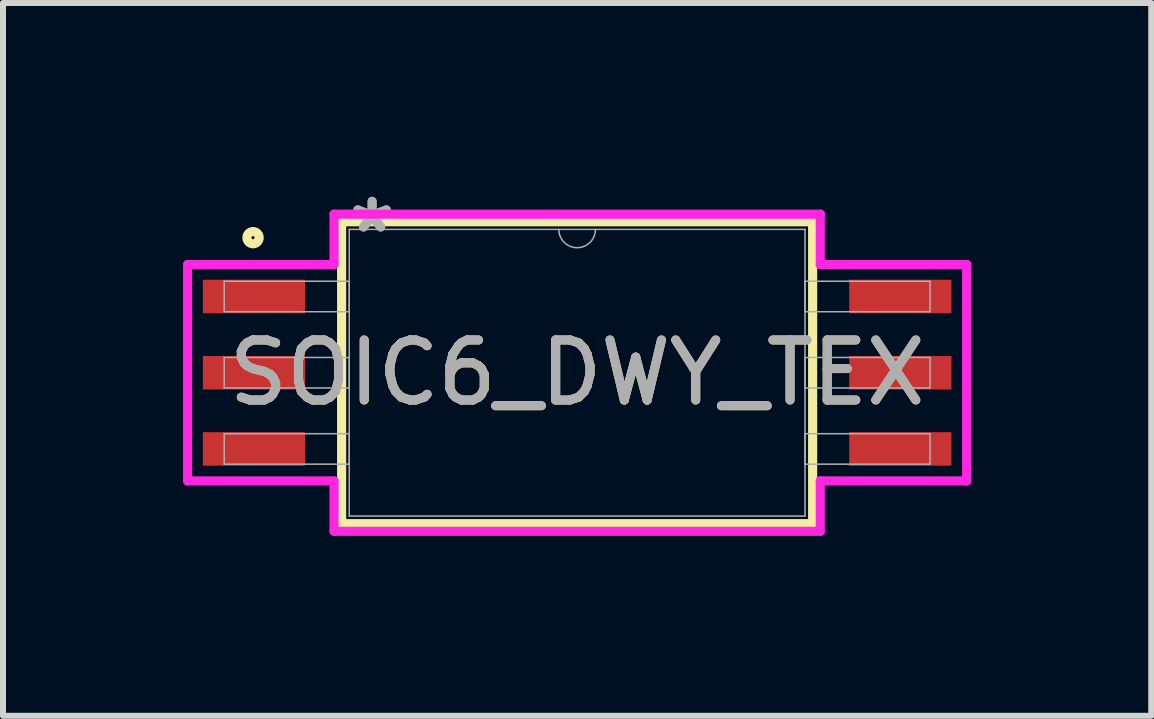
<source format=kicad_pcb>
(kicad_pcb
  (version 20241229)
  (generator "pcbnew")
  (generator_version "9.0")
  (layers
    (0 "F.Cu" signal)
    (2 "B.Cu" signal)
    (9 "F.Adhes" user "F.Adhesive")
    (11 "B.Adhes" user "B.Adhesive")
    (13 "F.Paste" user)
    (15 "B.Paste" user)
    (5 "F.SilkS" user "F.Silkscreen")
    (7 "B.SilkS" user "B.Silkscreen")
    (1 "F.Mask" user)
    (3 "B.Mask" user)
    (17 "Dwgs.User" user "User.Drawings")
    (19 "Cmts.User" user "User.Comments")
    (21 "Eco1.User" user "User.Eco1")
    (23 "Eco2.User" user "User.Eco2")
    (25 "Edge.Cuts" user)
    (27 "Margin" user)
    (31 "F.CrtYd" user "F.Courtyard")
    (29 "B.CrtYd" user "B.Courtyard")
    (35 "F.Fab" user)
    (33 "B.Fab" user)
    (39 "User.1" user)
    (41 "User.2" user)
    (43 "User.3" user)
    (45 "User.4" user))
  (footprint "SOIC6_DWY_TEX"
    (layer "F.Cu")
    (at 6.566 3.16)
    (property "Reference" "SOIC6_DWY_TEX" (at 0 0 0) (unlocked yes) (layer "F.SilkS") (effects (font (size 1 1) (thickness 0.15))))
    (attr smd)
    (fp_line (start -3.924 -2.515) (end -3.924 2.515) (stroke (width 0.152) (type solid)) (layer "F.SilkS"))
    (fp_line (start -3.924 2.515) (end 3.924 2.515) (stroke (width 0.152) (type solid)) (layer "F.SilkS"))
    (fp_line (start 3.924 -2.515) (end -3.924 -2.515) (stroke (width 0.152) (type solid)) (layer "F.SilkS"))
    (fp_line (start 3.924 2.515) (end 3.924 -2.515) (stroke (width 0.152) (type solid)) (layer "F.SilkS"))
    (fp_circle (center -5.4 -2.25) (end -5.298 -2.25) (stroke (width 0.152) (type solid)) (fill no) (layer "F.SilkS"))
    (fp_line (start -6.49 -1.803) (end -4.051 -1.803) (stroke (width 0.152) (type solid)) (layer "F.CrtYd"))
    (fp_line (start -6.49 1.803) (end -6.49 -1.803) (stroke (width 0.152) (type solid)) (layer "F.CrtYd"))
    (fp_line (start -6.49 1.803) (end -4.051 1.803) (stroke (width 0.152) (type solid)) (layer "F.CrtYd"))
    (fp_line (start -4.051 -2.642) (end 4.051 -2.642) (stroke (width 0.152) (type solid)) (layer "F.CrtYd"))
    (fp_line (start -4.051 -1.803) (end -4.051 -2.642) (stroke (width 0.152) (type solid)) (layer "F.CrtYd"))
    (fp_line (start -4.051 2.642) (end -4.051 1.803) (stroke (width 0.152) (type solid)) (layer "F.CrtYd"))
    (fp_line (start 4.051 -2.642) (end 4.051 -1.803) (stroke (width 0.152) (type solid)) (layer "F.CrtYd"))
    (fp_line (start 4.051 1.803) (end 4.051 2.642) (stroke (width 0.152) (type solid)) (layer "F.CrtYd"))
    (fp_line (start 4.051 2.642) (end -4.051 2.642) (stroke (width 0.152) (type solid)) (layer "F.CrtYd"))
    (fp_line (start 6.49 -1.803) (end 4.051 -1.803) (stroke (width 0.152) (type solid)) (layer "F.CrtYd"))
    (fp_line (start 6.49 -1.803) (end 6.49 1.803) (stroke (width 0.152) (type solid)) (layer "F.CrtYd"))
    (fp_line (start 6.49 1.803) (end 4.051 1.803) (stroke (width 0.152) (type solid)) (layer "F.CrtYd"))
    (fp_line (start -5.88 -1.524) (end -5.88 -1.016) (stroke (width 0.025) (type solid)) (layer "F.Fab"))
    (fp_line (start -5.88 -1.016) (end -3.797 -1.016) (stroke (width 0.025) (type solid)) (layer "F.Fab"))
    (fp_line (start -5.88 -0.254) (end -5.88 0.254) (stroke (width 0.025) (type solid)) (layer "F.Fab"))
    (fp_line (start -5.88 0.254) (end -3.797 0.254) (stroke (width 0.025) (type solid)) (layer "F.Fab"))
    (fp_line (start -5.88 1.016) (end -5.88 1.524) (stroke (width 0.025) (type solid)) (layer "F.Fab"))
    (fp_line (start -5.88 1.524) (end -3.797 1.524) (stroke (width 0.025) (type solid)) (layer "F.Fab"))
    (fp_line (start -3.797 -2.388) (end -3.797 2.388) (stroke (width 0.025) (type solid)) (layer "F.Fab"))
    (fp_line (start -3.797 -1.524) (end -5.88 -1.524) (stroke (width 0.025) (type solid)) (layer "F.Fab"))
    (fp_line (start -3.797 -1.016) (end -3.797 -1.524) (stroke (width 0.025) (type solid)) (layer "F.Fab"))
    (fp_line (start -3.797 -0.254) (end -5.88 -0.254) (stroke (width 0.025) (type solid)) (layer "F.Fab"))
    (fp_line (start -3.797 0.254) (end -3.797 -0.254) (stroke (width 0.025) (type solid)) (layer "F.Fab"))
    (fp_line (start -3.797 1.016) (end -5.88 1.016) (stroke (width 0.025) (type solid)) (layer "F.Fab"))
    (fp_line (start -3.797 1.524) (end -3.797 1.016) (stroke (width 0.025) (type solid)) (layer "F.Fab"))
    (fp_line (start -3.797 2.388) (end 3.797 2.388) (stroke (width 0.025) (type solid)) (layer "F.Fab"))
    (fp_line (start 3.797 -2.388) (end -3.797 -2.388) (stroke (width 0.025) (type solid)) (layer "F.Fab"))
    (fp_line (start 3.797 -1.524) (end 3.797 -1.016) (stroke (width 0.025) (type solid)) (layer "F.Fab"))
    (fp_line (start 3.797 -1.016) (end 5.88 -1.016) (stroke (width 0.025) (type solid)) (layer "F.Fab"))
    (fp_line (start 3.797 -0.254) (end 3.797 0.254) (stroke (width 0.025) (type solid)) (layer "F.Fab"))
    (fp_line (start 3.797 0.254) (end 5.88 0.254) (stroke (width 0.025) (type solid)) (layer "F.Fab"))
    (fp_line (start 3.797 1.016) (end 3.797 1.524) (stroke (width 0.025) (type solid)) (layer "F.Fab"))
    (fp_line (start 3.797 1.524) (end 5.88 1.524) (stroke (width 0.025) (type solid)) (layer "F.Fab"))
    (fp_line (start 3.797 2.388) (end 3.797 -2.388) (stroke (width 0.025) (type solid)) (layer "F.Fab"))
    (fp_line (start 5.88 -1.524) (end 3.797 -1.524) (stroke (width 0.025) (type solid)) (layer "F.Fab"))
    (fp_line (start 5.88 -1.016) (end 5.88 -1.524) (stroke (width 0.025) (type solid)) (layer "F.Fab"))
    (fp_line (start 5.88 -0.254) (end 3.797 -0.254) (stroke (width 0.025) (type solid)) (layer "F.Fab"))
    (fp_line (start 5.88 0.254) (end 5.88 -0.254) (stroke (width 0.025) (type solid)) (layer "F.Fab"))
    (fp_line (start 5.88 1.016) (end 3.797 1.016) (stroke (width 0.025) (type solid)) (layer "F.Fab"))
    (fp_line (start 5.88 1.524) (end 5.88 1.016) (stroke (width 0.025) (type solid)) (layer "F.Fab"))
    (fp_arc (start 0.3048 -2.3876) (mid 0 -2.0828) (end -0.3048 -2.3876) (stroke (width 0.0254) (type solid)) (layer "F.Fab"))
    (fp_text user "${REFERENCE}" (at 0 0 0) (unlocked yes) (layer "F.Fab") (effects (font (size 1 1) (thickness 0.15))))
    (fp_text user "*" (at -3.416 -2.311 0) (layer "F.Fab") (effects (font (size 1 1) (thickness 0.15))))
    (fp_text user "*" (at -3.416 -2.311 0) (unlocked yes) (layer "F.Fab") (effects (font (size 1 1) (thickness 0.15))))
    (pad "1" smd rect (at -5.385 -1.27) (size 1.702 0.559) (layers "F.Cu" "F.Mask" "F.Paste"))
    (pad "2" smd rect (at -5.385 0) (size 1.702 0.559) (layers "F.Cu" "F.Mask" "F.Paste"))
    (pad "3" smd rect (at -5.385 1.27) (size 1.702 0.559) (layers "F.Cu" "F.Mask" "F.Paste"))
    (pad "4" smd rect (at 5.385 1.27) (size 1.702 0.559) (layers "F.Cu" "F.Mask" "F.Paste"))
    (pad "5" smd rect (at 5.385 0) (size 1.702 0.559) (layers "F.Cu" "F.Mask" "F.Paste"))
    (pad "6" smd rect (at 5.385 -1.27) (size 1.702 0.559) (layers "F.Cu" "F.Mask" "F.Paste")))
  (gr_rect
    (start -3 -3)
    (end 16.132 8.877)
    (stroke (width 0.1) (type default))
    (fill no)
    (layer "Edge.Cuts")))
</source>
